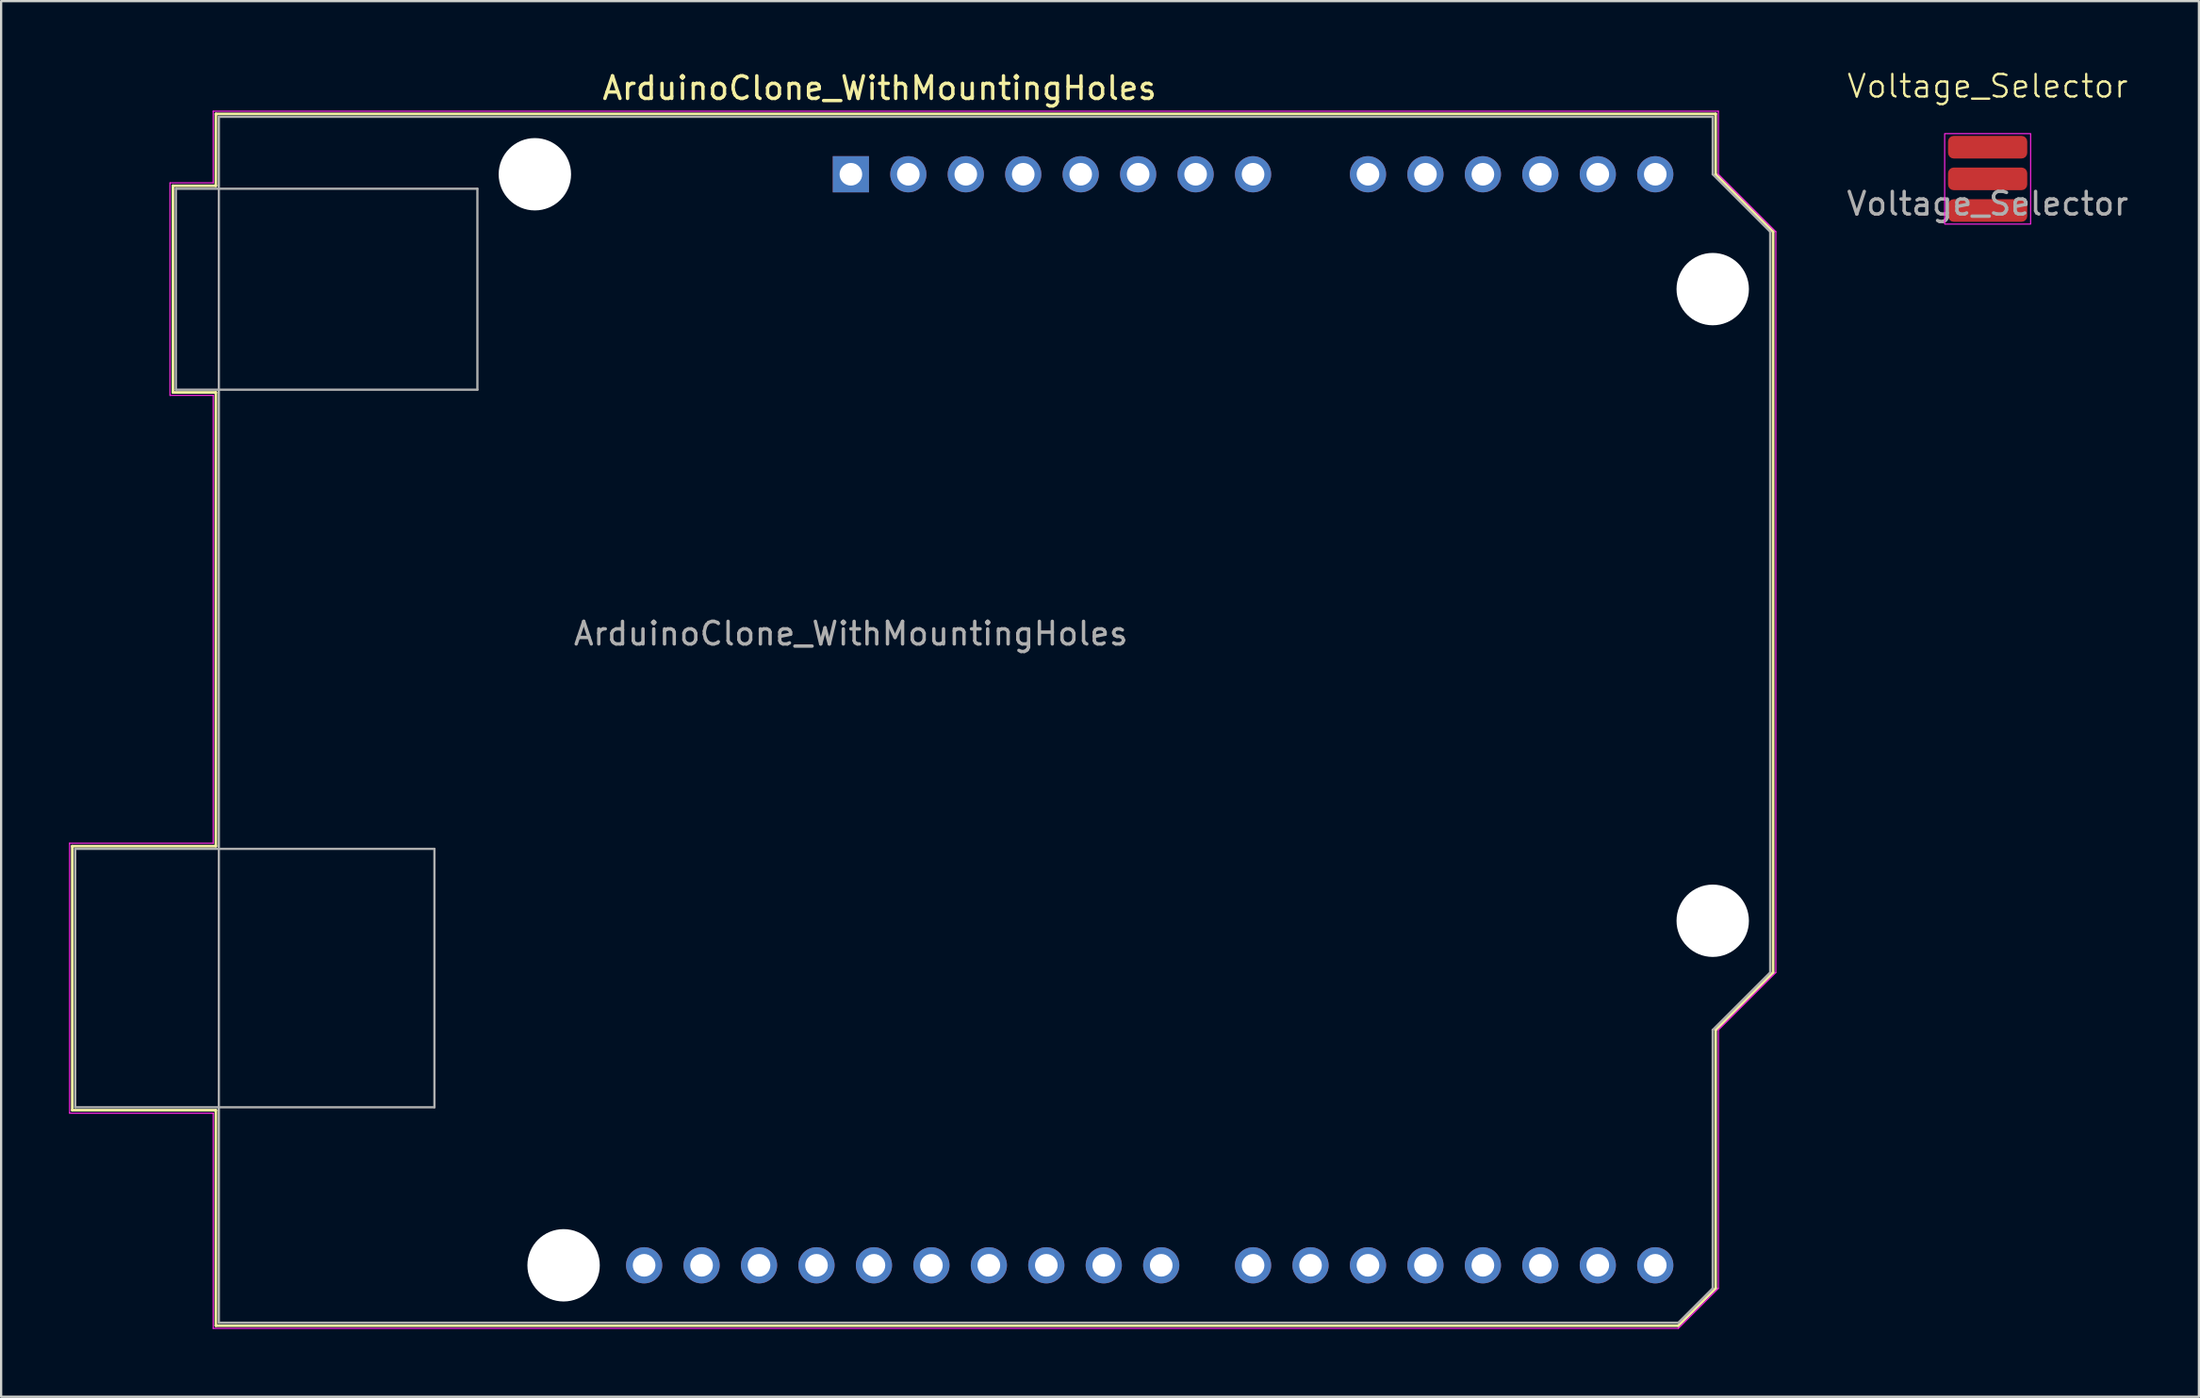
<source format=kicad_pcb>
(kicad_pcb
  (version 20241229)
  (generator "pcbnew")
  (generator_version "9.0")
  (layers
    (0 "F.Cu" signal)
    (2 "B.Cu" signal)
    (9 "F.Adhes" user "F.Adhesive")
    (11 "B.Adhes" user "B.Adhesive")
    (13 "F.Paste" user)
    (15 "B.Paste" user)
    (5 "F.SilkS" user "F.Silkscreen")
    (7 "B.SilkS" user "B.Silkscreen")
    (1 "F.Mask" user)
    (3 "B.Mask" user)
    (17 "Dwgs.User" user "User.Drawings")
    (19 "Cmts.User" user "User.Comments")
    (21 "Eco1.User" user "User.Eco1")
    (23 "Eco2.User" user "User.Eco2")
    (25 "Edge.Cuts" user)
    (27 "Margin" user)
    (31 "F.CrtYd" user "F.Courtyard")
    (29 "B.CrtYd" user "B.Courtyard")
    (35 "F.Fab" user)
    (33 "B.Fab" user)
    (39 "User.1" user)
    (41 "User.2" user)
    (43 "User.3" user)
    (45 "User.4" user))
  (footprint "ArduinoClone_WithMountingHoles"
    (layer "F.Cu")
    (at 34.565 4.658)
    (property "Reference" "ArduinoClone_WithMountingHoles" (at 1.27 -3.81 180) (layer "F.SilkS") (effects (font (size 1 1) (thickness 0.15))))
    (attr through_hole)
    (fp_line (start -34.42 29.72) (end -34.42 41.4) (stroke (width 0.12) (type solid)) (layer "F.SilkS"))
    (fp_line (start -34.42 41.4) (end -28.07 41.4) (stroke (width 0.12) (type solid)) (layer "F.SilkS"))
    (fp_line (start -29.97 0.51) (end -29.97 9.65) (stroke (width 0.12) (type solid)) (layer "F.SilkS"))
    (fp_line (start -29.97 9.65) (end -28.07 9.65) (stroke (width 0.12) (type solid)) (layer "F.SilkS"))
    (fp_line (start -28.07 -2.67) (end -28.07 0.51) (stroke (width 0.12) (type solid)) (layer "F.SilkS"))
    (fp_line (start -28.07 0.51) (end -29.97 0.51) (stroke (width 0.12) (type solid)) (layer "F.SilkS"))
    (fp_line (start -28.07 9.65) (end -28.07 29.72) (stroke (width 0.12) (type solid)) (layer "F.SilkS"))
    (fp_line (start -28.07 29.72) (end -34.42 29.72) (stroke (width 0.12) (type solid)) (layer "F.SilkS"))
    (fp_line (start -28.07 41.4) (end -28.07 50.93) (stroke (width 0.12) (type solid)) (layer "F.SilkS"))
    (fp_line (start -28.07 50.93) (end 36.58 50.93) (stroke (width 0.12) (type solid)) (layer "F.SilkS"))
    (fp_line (start 36.58 50.93) (end 38.23 49.28) (stroke (width 0.12) (type solid)) (layer "F.SilkS"))
    (fp_line (start 38.23 -2.67) (end -28.07 -2.67) (stroke (width 0.12) (type solid)) (layer "F.SilkS"))
    (fp_line (start 38.23 0) (end 38.23 -2.67) (stroke (width 0.12) (type solid)) (layer "F.SilkS"))
    (fp_line (start 38.23 37.85) (end 40.77 35.31) (stroke (width 0.12) (type solid)) (layer "F.SilkS"))
    (fp_line (start 38.23 49.28) (end 38.23 37.85) (stroke (width 0.12) (type solid)) (layer "F.SilkS"))
    (fp_line (start 40.77 2.54) (end 38.23 0) (stroke (width 0.12) (type solid)) (layer "F.SilkS"))
    (fp_line (start 40.77 35.31) (end 40.77 2.54) (stroke (width 0.12) (type solid)) (layer "F.SilkS"))
    (fp_line (start -34.54 29.59) (end -28.19 29.59) (stroke (width 0.05) (type solid)) (layer "F.CrtYd"))
    (fp_line (start -34.54 41.53) (end -34.54 29.59) (stroke (width 0.05) (type solid)) (layer "F.CrtYd"))
    (fp_line (start -30.1 0.38) (end -28.19 0.38) (stroke (width 0.05) (type solid)) (layer "F.CrtYd"))
    (fp_line (start -30.1 9.78) (end -30.1 0.38) (stroke (width 0.05) (type solid)) (layer "F.CrtYd"))
    (fp_line (start -28.19 -2.79) (end 38.35 -2.79) (stroke (width 0.05) (type solid)) (layer "F.CrtYd"))
    (fp_line (start -28.19 0.38) (end -28.19 -2.79) (stroke (width 0.05) (type solid)) (layer "F.CrtYd"))
    (fp_line (start -28.19 9.78) (end -30.1 9.78) (stroke (width 0.05) (type solid)) (layer "F.CrtYd"))
    (fp_line (start -28.19 29.59) (end -28.19 9.78) (stroke (width 0.05) (type solid)) (layer "F.CrtYd"))
    (fp_line (start -28.19 41.53) (end -34.54 41.53) (stroke (width 0.05) (type solid)) (layer "F.CrtYd"))
    (fp_line (start -28.19 51.05) (end -28.19 41.53) (stroke (width 0.05) (type solid)) (layer "F.CrtYd"))
    (fp_line (start 36.58 51.05) (end -28.19 51.05) (stroke (width 0.05) (type solid)) (layer "F.CrtYd"))
    (fp_line (start 38.35 -2.79) (end 38.35 0) (stroke (width 0.05) (type solid)) (layer "F.CrtYd"))
    (fp_line (start 38.35 0) (end 40.89 2.54) (stroke (width 0.05) (type solid)) (layer "F.CrtYd"))
    (fp_line (start 38.35 37.85) (end 38.35 49.28) (stroke (width 0.05) (type solid)) (layer "F.CrtYd"))
    (fp_line (start 38.35 49.28) (end 36.58 51.05) (stroke (width 0.05) (type solid)) (layer "F.CrtYd"))
    (fp_line (start 40.89 2.54) (end 40.89 35.31) (stroke (width 0.05) (type solid)) (layer "F.CrtYd"))
    (fp_line (start 40.89 35.31) (end 38.35 37.85) (stroke (width 0.05) (type solid)) (layer "F.CrtYd"))
    (fp_line (start -34.29 29.84) (end -18.41 29.84) (stroke (width 0.1) (type solid)) (layer "F.Fab"))
    (fp_line (start -34.29 41.27) (end -34.29 29.84) (stroke (width 0.1) (type solid)) (layer "F.Fab"))
    (fp_line (start -29.84 0.64) (end -16.51 0.64) (stroke (width 0.1) (type solid)) (layer "F.Fab"))
    (fp_line (start -29.84 9.53) (end -29.84 0.64) (stroke (width 0.1) (type solid)) (layer "F.Fab"))
    (fp_line (start -27.94 -2.54) (end 38.1 -2.54) (stroke (width 0.1) (type solid)) (layer "F.Fab"))
    (fp_line (start -27.94 50.8) (end -27.94 -2.54) (stroke (width 0.1) (type solid)) (layer "F.Fab"))
    (fp_line (start -18.41 29.84) (end -18.41 41.27) (stroke (width 0.1) (type solid)) (layer "F.Fab"))
    (fp_line (start -18.41 41.27) (end -34.29 41.27) (stroke (width 0.1) (type solid)) (layer "F.Fab"))
    (fp_line (start -16.51 0.64) (end -16.51 9.53) (stroke (width 0.1) (type solid)) (layer "F.Fab"))
    (fp_line (start -16.51 9.53) (end -29.84 9.53) (stroke (width 0.1) (type solid)) (layer "F.Fab"))
    (fp_line (start 36.58 50.8) (end -27.94 50.8) (stroke (width 0.1) (type solid)) (layer "F.Fab"))
    (fp_line (start 38.1 -2.54) (end 38.1 0) (stroke (width 0.1) (type solid)) (layer "F.Fab"))
    (fp_line (start 38.1 0) (end 40.64 2.54) (stroke (width 0.1) (type solid)) (layer "F.Fab"))
    (fp_line (start 38.1 37.85) (end 38.1 49.28) (stroke (width 0.1) (type solid)) (layer "F.Fab"))
    (fp_line (start 38.1 49.28) (end 36.58 50.8) (stroke (width 0.1) (type solid)) (layer "F.Fab"))
    (fp_line (start 40.64 2.54) (end 40.64 35.31) (stroke (width 0.1) (type solid)) (layer "F.Fab"))
    (fp_line (start 40.64 35.31) (end 38.1 37.85) (stroke (width 0.1) (type solid)) (layer "F.Fab"))
    (fp_text user "${REFERENCE}" (at 0 20.32 180) (layer "F.Fab") (effects (font (size 1 1) (thickness 0.15))))
    (pad "" np_thru_hole circle (at -13.97 0 90) (size 3.2 3.2) (drill 3.2) (layers "*.Cu" "*.Mask"))
    (pad "" np_thru_hole circle (at -12.7 48.26 90) (size 3.2 3.2) (drill 3.2) (layers "*.Cu" "*.Mask"))
    (pad "" np_thru_hole circle (at 38.1 5.08 90) (size 3.2 3.2) (drill 3.2) (layers "*.Cu" "*.Mask"))
    (pad "" np_thru_hole circle (at 38.1 33.02 90) (size 3.2 3.2) (drill 3.2) (layers "*.Cu" "*.Mask"))
    (pad "1" thru_hole rect (at 0 0 90) (size 1.6 1.6) (drill 1) (layers "*.Cu" "*.Mask"))
    (pad "2" thru_hole oval (at 2.54 0 90) (size 1.6 1.6) (drill 1) (layers "*.Cu" "*.Mask"))
    (pad "3" thru_hole oval (at 5.08 0 90) (size 1.6 1.6) (drill 1) (layers "*.Cu" "*.Mask"))
    (pad "4" thru_hole oval (at 7.62 0 90) (size 1.6 1.6) (drill 1) (layers "*.Cu" "*.Mask"))
    (pad "5" thru_hole oval (at 10.16 0 90) (size 1.6 1.6) (drill 1) (layers "*.Cu" "*.Mask"))
    (pad "6" thru_hole oval (at 12.7 0 90) (size 1.6 1.6) (drill 1) (layers "*.Cu" "*.Mask"))
    (pad "7" thru_hole oval (at 15.24 0 90) (size 1.6 1.6) (drill 1) (layers "*.Cu" "*.Mask"))
    (pad "8" thru_hole oval (at 17.78 0 90) (size 1.6 1.6) (drill 1) (layers "*.Cu" "*.Mask"))
    (pad "9" thru_hole oval (at 22.86 0 90) (size 1.6 1.6) (drill 1) (layers "*.Cu" "*.Mask"))
    (pad "10" thru_hole oval (at 25.4 0 90) (size 1.6 1.6) (drill 1) (layers "*.Cu" "*.Mask"))
    (pad "11" thru_hole oval (at 27.94 0 90) (size 1.6 1.6) (drill 1) (layers "*.Cu" "*.Mask"))
    (pad "12" thru_hole oval (at 30.48 0 90) (size 1.6 1.6) (drill 1) (layers "*.Cu" "*.Mask"))
    (pad "13" thru_hole oval (at 33.02 0 90) (size 1.6 1.6) (drill 1) (layers "*.Cu" "*.Mask"))
    (pad "14" thru_hole oval (at 35.56 0 90) (size 1.6 1.6) (drill 1) (layers "*.Cu" "*.Mask"))
    (pad "15" thru_hole oval (at 35.56 48.26 90) (size 1.6 1.6) (drill 1) (layers "*.Cu" "*.Mask"))
    (pad "16" thru_hole oval (at 33.02 48.26 90) (size 1.6 1.6) (drill 1) (layers "*.Cu" "*.Mask"))
    (pad "17" thru_hole oval (at 30.48 48.26 90) (size 1.6 1.6) (drill 1) (layers "*.Cu" "*.Mask"))
    (pad "18" thru_hole oval (at 27.94 48.26 90) (size 1.6 1.6) (drill 1) (layers "*.Cu" "*.Mask"))
    (pad "19" thru_hole oval (at 25.4 48.26 90) (size 1.6 1.6) (drill 1) (layers "*.Cu" "*.Mask"))
    (pad "20" thru_hole oval (at 22.86 48.26 90) (size 1.6 1.6) (drill 1) (layers "*.Cu" "*.Mask"))
    (pad "21" thru_hole oval (at 20.32 48.26 90) (size 1.6 1.6) (drill 1) (layers "*.Cu" "*.Mask"))
    (pad "22" thru_hole oval (at 17.78 48.26 90) (size 1.6 1.6) (drill 1) (layers "*.Cu" "*.Mask"))
    (pad "23" thru_hole oval (at 13.72 48.26 90) (size 1.6 1.6) (drill 1) (layers "*.Cu" "*.Mask"))
    (pad "24" thru_hole oval (at 11.18 48.26 90) (size 1.6 1.6) (drill 1) (layers "*.Cu" "*.Mask"))
    (pad "25" thru_hole oval (at 8.64 48.26 90) (size 1.6 1.6) (drill 1) (layers "*.Cu" "*.Mask"))
    (pad "26" thru_hole oval (at 6.1 48.26 90) (size 1.6 1.6) (drill 1) (layers "*.Cu" "*.Mask"))
    (pad "27" thru_hole oval (at 3.56 48.26 90) (size 1.6 1.6) (drill 1) (layers "*.Cu" "*.Mask"))
    (pad "28" thru_hole oval (at 1.02 48.26 90) (size 1.6 1.6) (drill 1) (layers "*.Cu" "*.Mask"))
    (pad "29" thru_hole oval (at -1.52 48.26 90) (size 1.6 1.6) (drill 1) (layers "*.Cu" "*.Mask"))
    (pad "30" thru_hole oval (at -4.06 48.26 90) (size 1.6 1.6) (drill 1) (layers "*.Cu" "*.Mask"))
    (pad "31" thru_hole oval (at -6.6 48.26 90) (size 1.6 1.6) (drill 1) (layers "*.Cu" "*.Mask"))
    (pad "32" thru_hole oval (at -9.14 48.26 90) (size 1.6 1.6) (drill 1) (layers "*.Cu" "*.Mask")))
  (footprint "Voltage_Selector"
    (layer "F.Cu")
    (at 84.819 3.461)
    (property "Reference" "Voltage_Selector" (at 0 -2.7 0) (unlocked yes) (layer "F.SilkS") (effects (font (size 1 1) (thickness 0.1))))
    (attr through_hole)
    (fp_rect (start -1.9 -0.6) (end 1.9 3.4) (stroke (width 0.05) (type default)) (fill no) (layer "F.CrtYd"))
    (fp_text user "${REFERENCE}" (at 0 2.5 0) (unlocked yes) (layer "F.Fab") (effects (font (size 1 1) (thickness 0.15))))
    (pad "1" smd roundrect (at 0 0) (size 3.5 1) (layers "F.Cu" "F.Mask" "F.Paste") (roundrect_rratio 0.25))
    (pad "2" smd roundrect (at 0 1.4) (size 3.5 1) (layers "F.Cu" "F.Mask" "F.Paste") (roundrect_rratio 0.25))
    (pad "3" smd roundrect (at 0 2.8) (size 3.5 1) (layers "F.Cu" "F.Mask" "F.Paste") (roundrect_rratio 0.25)))
  (gr_rect
    (start -3 -3)
    (end 94.159 58.733)
    (stroke (width 0.1) (type default))
    (fill no)
    (layer "Edge.Cuts")))
</source>
